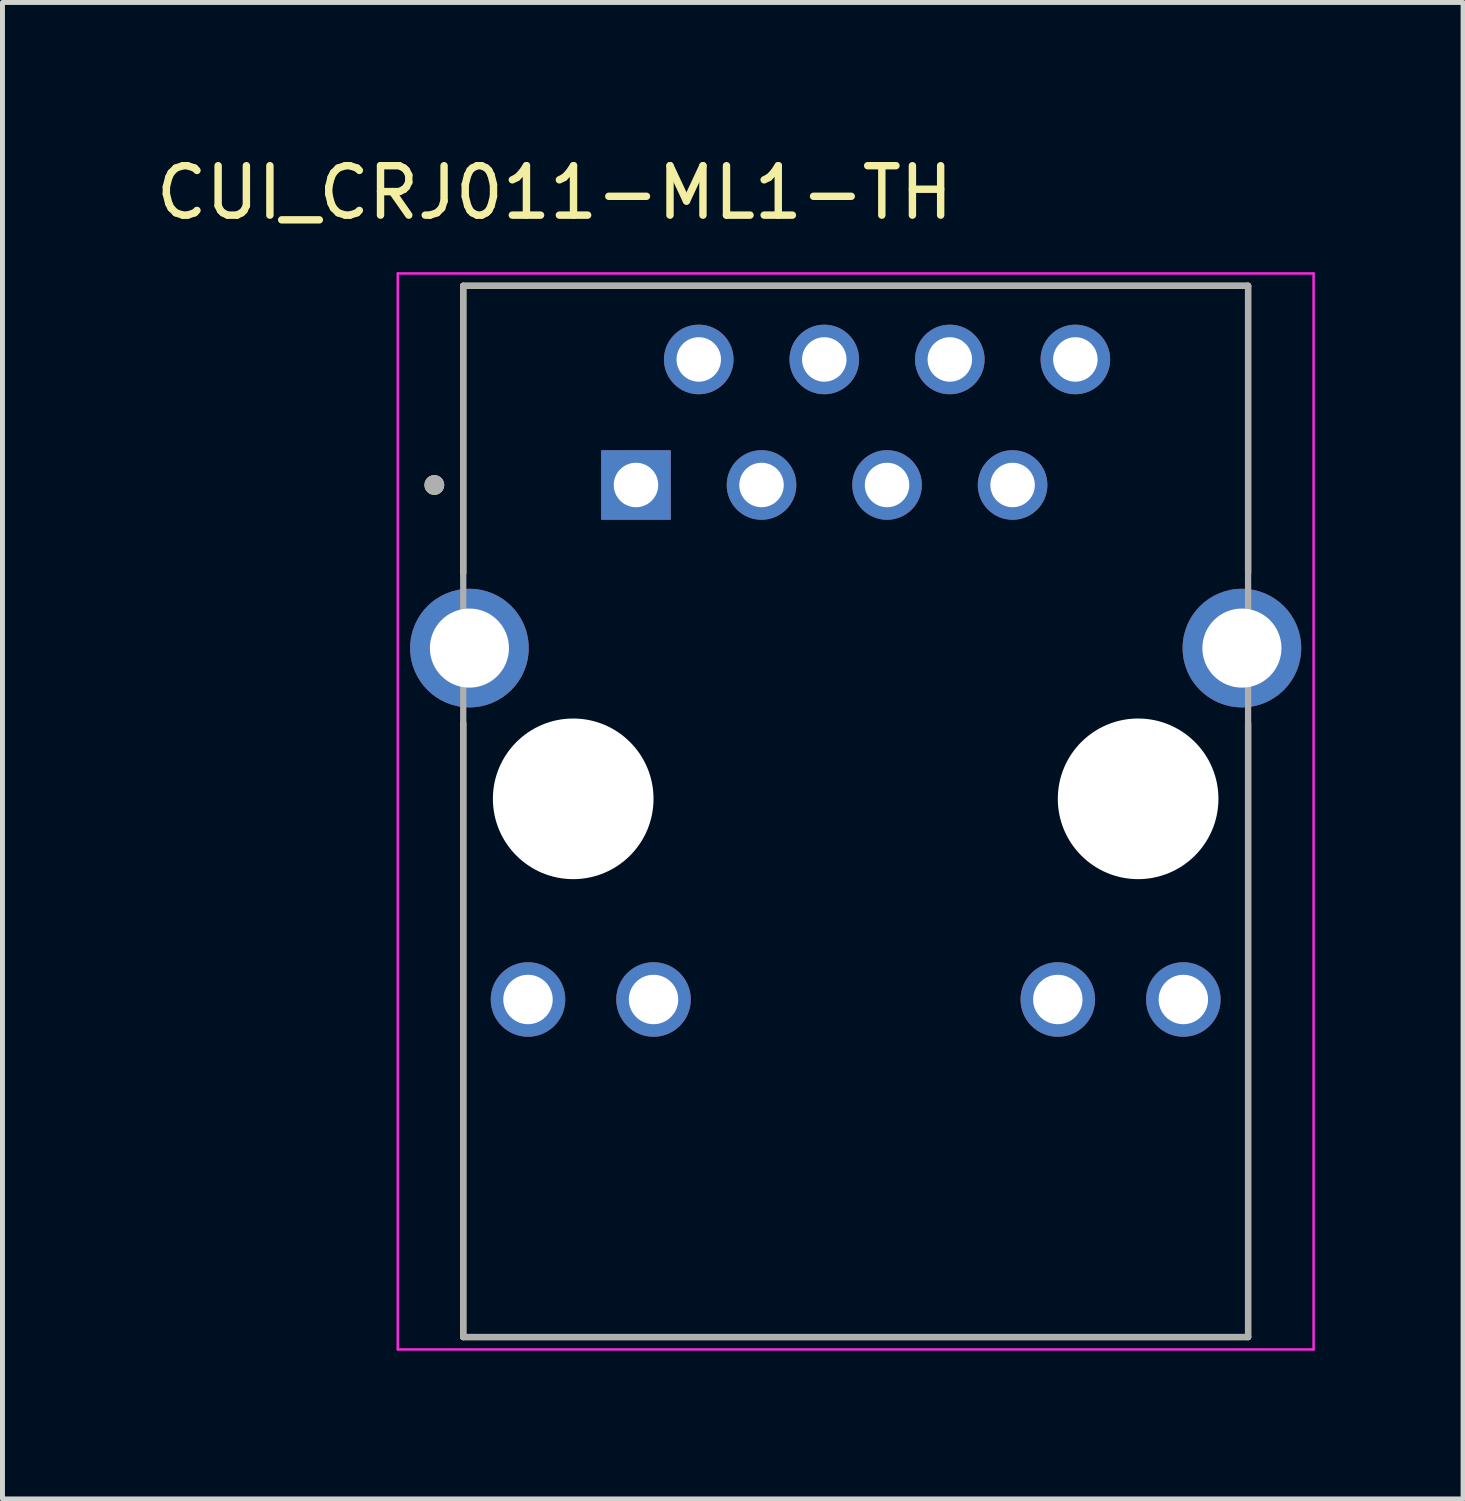
<source format=kicad_pcb>
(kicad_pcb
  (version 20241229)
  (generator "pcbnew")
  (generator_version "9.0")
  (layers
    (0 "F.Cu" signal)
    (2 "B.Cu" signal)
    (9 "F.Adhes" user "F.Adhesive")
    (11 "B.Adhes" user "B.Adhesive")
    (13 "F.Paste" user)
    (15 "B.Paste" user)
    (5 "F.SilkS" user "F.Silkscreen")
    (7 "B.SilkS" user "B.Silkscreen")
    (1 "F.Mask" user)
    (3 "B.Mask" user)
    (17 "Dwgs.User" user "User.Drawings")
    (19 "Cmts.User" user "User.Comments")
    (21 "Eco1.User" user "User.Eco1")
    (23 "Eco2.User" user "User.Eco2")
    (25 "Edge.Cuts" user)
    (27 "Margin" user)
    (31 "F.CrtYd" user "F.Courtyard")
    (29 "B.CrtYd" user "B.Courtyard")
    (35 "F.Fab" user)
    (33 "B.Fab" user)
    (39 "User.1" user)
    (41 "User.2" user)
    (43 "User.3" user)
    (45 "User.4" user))
  (footprint "CUI_CRJ011-ML1-TH"
    (layer "F.Cu")
    (at 14.263 13.113)
    (property "Reference" "CUI_CRJ011-ML1-TH" (at -6.09 -12.265 0) (layer "F.SilkS") (effects (font (size 1 1) (thickness 0.15))))
    (attr through_hole)
    (fp_line (start -7.94 -10.38) (end 7.94 -10.38) (stroke (width 0.127) (type solid)) (layer "F.SilkS"))
    (fp_line (start -7.94 -4.57) (end -7.94 -10.38) (stroke (width 0.127) (type solid)) (layer "F.SilkS"))
    (fp_line (start -7.94 10.89) (end -7.94 -1.53) (stroke (width 0.127) (type solid)) (layer "F.SilkS"))
    (fp_line (start 7.94 -10.38) (end 7.94 -4.57) (stroke (width 0.127) (type solid)) (layer "F.SilkS"))
    (fp_line (start 7.94 10.89) (end -7.94 10.89) (stroke (width 0.127) (type solid)) (layer "F.SilkS"))
    (fp_line (start 7.94 10.89) (end 7.94 -1.53) (stroke (width 0.127) (type solid)) (layer "F.SilkS"))
    (fp_circle (center -8.525 -6.35) (end -8.425 -6.35) (stroke (width 0.2) (type solid)) (fill no) (layer "F.SilkS"))
    (fp_line (start -9.265 -10.63) (end -9.265 11.14) (stroke (width 0.05) (type solid)) (layer "F.CrtYd"))
    (fp_line (start -9.265 11.14) (end 9.265 11.14) (stroke (width 0.05) (type solid)) (layer "F.CrtYd"))
    (fp_line (start 9.265 -10.63) (end -9.265 -10.63) (stroke (width 0.05) (type solid)) (layer "F.CrtYd"))
    (fp_line (start 9.265 11.14) (end 9.265 -10.63) (stroke (width 0.05) (type solid)) (layer "F.CrtYd"))
    (fp_line (start -7.94 -10.38) (end 7.94 -10.38) (stroke (width 0.127) (type solid)) (layer "F.Fab"))
    (fp_line (start -7.94 10.89) (end -7.94 -10.38) (stroke (width 0.127) (type solid)) (layer "F.Fab"))
    (fp_line (start 7.94 -10.38) (end 7.94 10.89) (stroke (width 0.127) (type solid)) (layer "F.Fab"))
    (fp_line (start 7.94 10.89) (end -7.94 10.89) (stroke (width 0.127) (type solid)) (layer "F.Fab"))
    (fp_circle (center -8.525 -6.35) (end -8.425 -6.35) (stroke (width 0.2) (type solid)) (fill no) (layer "F.Fab"))
    (pad "" np_thru_hole circle (at -5.715 0) (size 3.25 3.25) (drill 3.25) (layers "*.Cu" "*.Mask"))
    (pad "" np_thru_hole circle (at 5.715 0) (size 3.25 3.25) (drill 3.25) (layers "*.Cu" "*.Mask"))
    (pad "9" thru_hole circle (at -6.63 4.06) (size 1.508 1.508) (drill 1) (layers "*.Cu" "*.Mask"))
    (pad "10" thru_hole circle (at -4.09 4.06) (size 1.508 1.508) (drill 1) (layers "*.Cu" "*.Mask"))
    (pad "11" thru_hole circle (at 4.09 4.06) (size 1.508 1.508) (drill 1) (layers "*.Cu" "*.Mask"))
    (pad "12" thru_hole circle (at 6.63 4.06) (size 1.508 1.508) (drill 1) (layers "*.Cu" "*.Mask"))
    (pad "P1" thru_hole rect (at -4.445 -6.35) (size 1.408 1.408) (drill 0.9) (layers "*.Cu" "*.Mask"))
    (pad "P2" thru_hole circle (at -3.175 -8.89) (size 1.408 1.408) (drill 0.9) (layers "*.Cu" "*.Mask"))
    (pad "P3" thru_hole circle (at -1.905 -6.35) (size 1.408 1.408) (drill 0.9) (layers "*.Cu" "*.Mask"))
    (pad "P4" thru_hole circle (at -0.635 -8.89) (size 1.408 1.408) (drill 0.9) (layers "*.Cu" "*.Mask"))
    (pad "P5" thru_hole circle (at 0.635 -6.35) (size 1.408 1.408) (drill 0.9) (layers "*.Cu" "*.Mask"))
    (pad "P6" thru_hole circle (at 1.905 -8.89) (size 1.408 1.408) (drill 0.9) (layers "*.Cu" "*.Mask"))
    (pad "P7" thru_hole circle (at 3.175 -6.35) (size 1.408 1.408) (drill 0.9) (layers "*.Cu" "*.Mask"))
    (pad "P8" thru_hole circle (at 4.445 -8.89) (size 1.408 1.408) (drill 0.9) (layers "*.Cu" "*.Mask"))
    (pad "S1" thru_hole circle (at -7.815 -3.05) (size 2.4 2.4) (drill 1.6) (layers "*.Cu" "*.Mask"))
    (pad "S2" thru_hole circle (at 7.815 -3.05) (size 2.4 2.4) (drill 1.6) (layers "*.Cu" "*.Mask")))
  (gr_rect
    (start -3 -3)
    (end 26.553 27.278)
    (stroke (width 0.1) (type default))
    (fill no)
    (layer "Edge.Cuts")))
</source>
